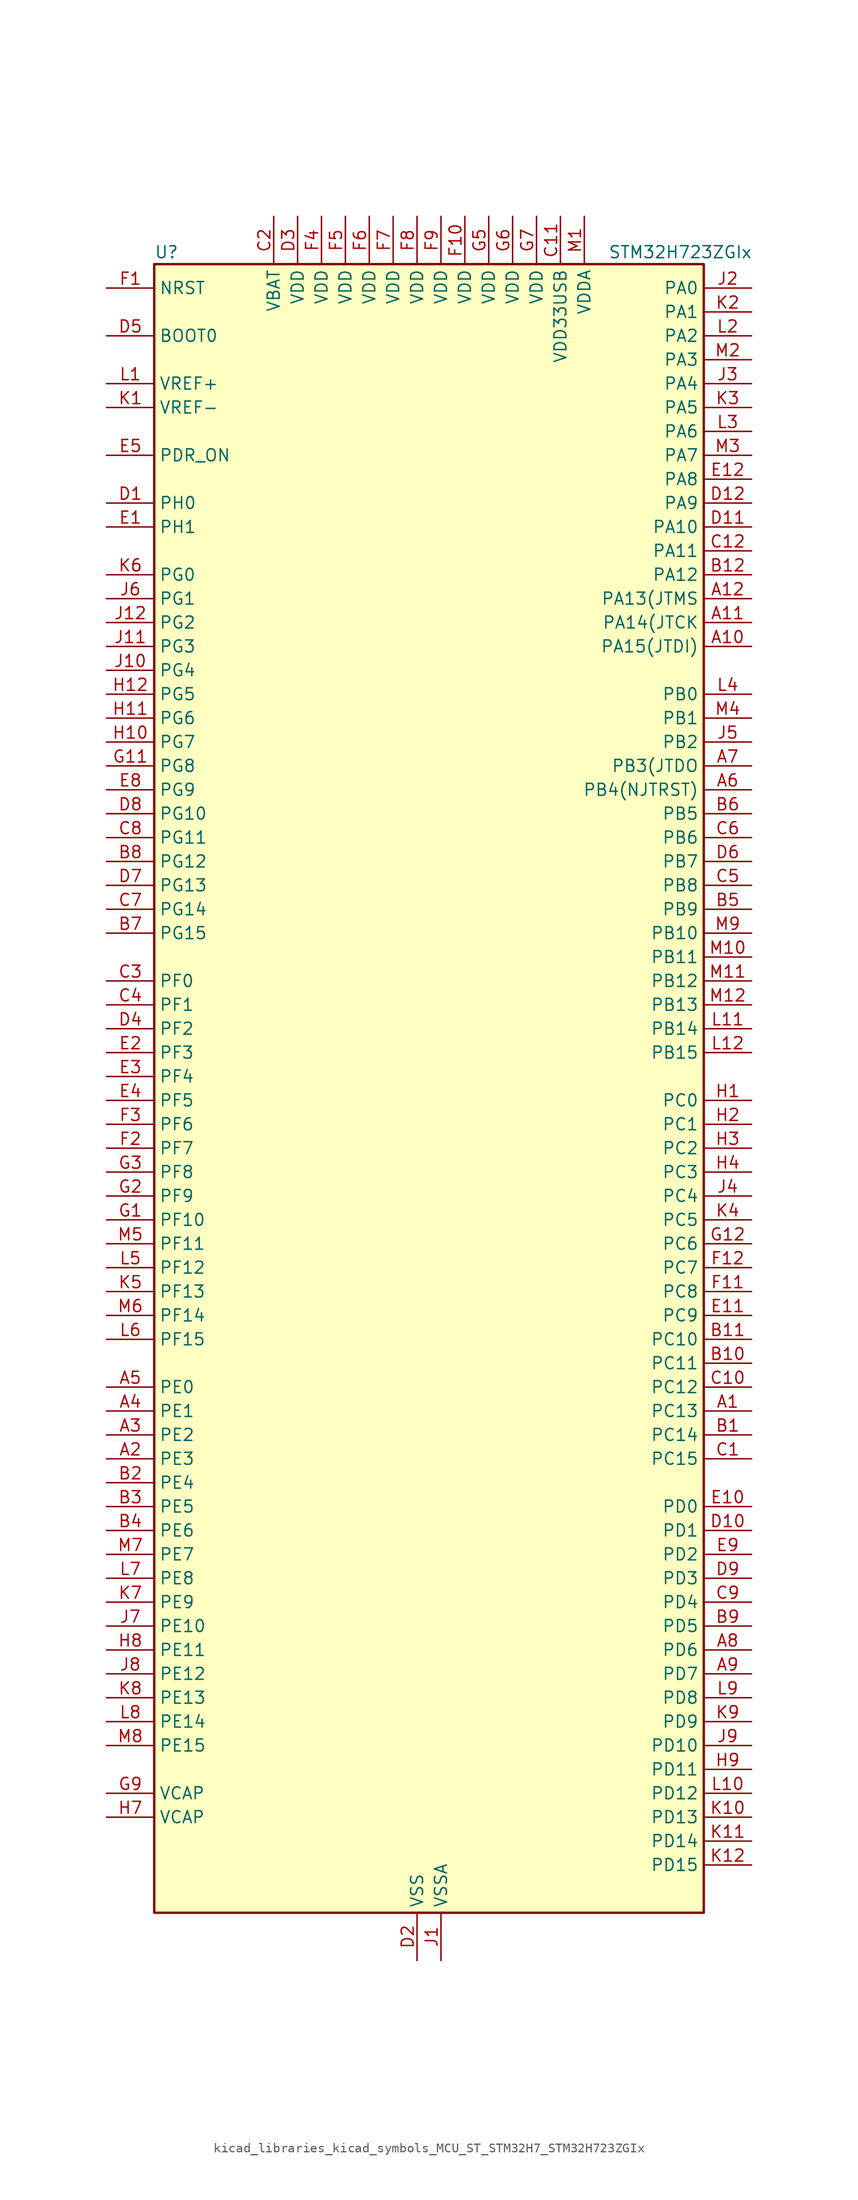
<source format=kicad_sym>
(kicad_symbol_lib
  (version 20220914)
  (generator kicad_symbol_editor)
  (symbol "kicad_libraries_kicad_symbols_MCU_ST_STM32H7_STM32H723ZGIx"
    (property "Reference" "U"
      (at -27.94 90.17 0)
      (effects (font (size 1.27 1.27)) (justify left)))
    (property "Value" "STM32H723ZGIx"
      (at 20.32 90.17 0)
      (effects (font (size 1.27 1.27)) (justify left)))
    (property "ki_locked" ""
      (at 0 0 0)
      (effects (font (size 1.27 1.27))))
    (symbol "kicad_libraries_kicad_symbols_MCU_ST_STM32H7_STM32H723ZGIx_0_1"
      (rectangle (start -27.94 -86.36) (end 30.48 88.9) (stroke (width 0.254) (type default)) (fill (type background))))
    (symbol "kicad_libraries_kicad_symbols_MCU_ST_STM32H7_STM32H723ZGIx_1_1"
      (pin bidirectional line (at 35.56 -33.02 180) (length 5.08) (name "PC13" (effects (font (size 1.27 1.27)))) (number "A1" (effects (font (size 1.27 1.27)))) (alternate "PWR_WKUP4" bidirectional line) (alternate "RTC_OUT_ALARM" bidirectional line) (alternate "RTC_OUT_CALIB" bidirectional line) (alternate "RTC_TAMP1" bidirectional line) (alternate "RTC_TS" bidirectional line))
      (pin bidirectional line (at 35.56 48.26 180) (length 5.08) (name "PA15(JTDI)" (effects (font (size 1.27 1.27)))) (number "A10" (effects (font (size 1.27 1.27)))) (alternate "ADC1_EXTI15" bidirectional line) (alternate "ADC2_EXTI15" bidirectional line) (alternate "ADC3_EXTI15" bidirectional line) (alternate "CEC" bidirectional line) (alternate "DEBUG_JTDI" bidirectional line) (alternate "I2S1_WS" bidirectional line) (alternate "I2S3_WS" bidirectional line) (alternate "I2S6_WS" bidirectional line) (alternate "LTDC_B6" bidirectional line) (alternate "LTDC_R3" bidirectional line) (alternate "SPI1_NSS" bidirectional line) (alternate "SPI3_NSS" bidirectional line) (alternate "SPI6_NSS" bidirectional line) (alternate "TIM2_CH1" bidirectional line) (alternate "TIM2_ETR" bidirectional line) (alternate "UART4_DE" bidirectional line) (alternate "UART4_RTS" bidirectional line) (alternate "UART7_TX" bidirectional line))
      (pin bidirectional line (at 35.56 50.8 180) (length 5.08) (name "PA14(JTCK" (effects (font (size 1.27 1.27)))) (number "A11" (effects (font (size 1.27 1.27)))) (alternate "DEBUG_JTCK-SWCLK" bidirectional line))
      (pin bidirectional line (at 35.56 53.34 180) (length 5.08) (name "PA13(JTMS" (effects (font (size 1.27 1.27)))) (number "A12" (effects (font (size 1.27 1.27)))) (alternate "DEBUG_JTMS-SWDIO" bidirectional line))
      (pin bidirectional line (at -33.02 -38.1 0) (length 5.08) (name "PE3" (effects (font (size 1.27 1.27)))) (number "A2" (effects (font (size 1.27 1.27)))) (alternate "DEBUG_TRACED0" bidirectional line) (alternate "FMC_A19" bidirectional line) (alternate "SAI1_SD_B" bidirectional line) (alternate "SAI4_SD_B" bidirectional line) (alternate "TIM15_BKIN" bidirectional line) (alternate "USART10_TX" bidirectional line))
      (pin bidirectional line (at -33.02 -35.56 0) (length 5.08) (name "PE2" (effects (font (size 1.27 1.27)))) (number "A3" (effects (font (size 1.27 1.27)))) (alternate "DEBUG_TRACECLK" bidirectional line) (alternate "ETH_TXD3" bidirectional line) (alternate "FMC_A23" bidirectional line) (alternate "OCTOSPIM_P1_IO2" bidirectional line) (alternate "SAI1_CK1" bidirectional line) (alternate "SAI1_MCLK_A" bidirectional line) (alternate "SAI4_CK1" bidirectional line) (alternate "SAI4_MCLK_A" bidirectional line) (alternate "SPI4_SCK" bidirectional line) (alternate "USART10_RX" bidirectional line))
      (pin bidirectional line (at -33.02 -33.02 0) (length 5.08) (name "PE1" (effects (font (size 1.27 1.27)))) (number "A4" (effects (font (size 1.27 1.27)))) (alternate "DCMI_D3" bidirectional line) (alternate "FMC_NBL1" bidirectional line) (alternate "LPTIM1_IN2" bidirectional line) (alternate "LTDC_R6" bidirectional line) (alternate "PSSI_D3" bidirectional line) (alternate "UART8_TX" bidirectional line))
      (pin bidirectional line (at -33.02 -30.48 0) (length 5.08) (name "PE0" (effects (font (size 1.27 1.27)))) (number "A5" (effects (font (size 1.27 1.27)))) (alternate "DCMI_D2" bidirectional line) (alternate "FMC_NBL0" bidirectional line) (alternate "LPTIM1_ETR" bidirectional line) (alternate "LPTIM2_ETR" bidirectional line) (alternate "LTDC_R0" bidirectional line) (alternate "PSSI_D2" bidirectional line) (alternate "SAI4_MCLK_A" bidirectional line) (alternate "TIM4_ETR" bidirectional line) (alternate "UART8_RX" bidirectional line))
      (pin bidirectional line (at 35.56 33.02 180) (length 5.08) (name "PB4(NJTRST)" (effects (font (size 1.27 1.27)))) (number "A6" (effects (font (size 1.27 1.27)))) (alternate "DEBUG_JTRST" bidirectional line) (alternate "I2S1_SDI" bidirectional line) (alternate "I2S2_WS" bidirectional line) (alternate "I2S3_SDI" bidirectional line) (alternate "I2S6_SDI" bidirectional line) (alternate "SDMMC2_D3" bidirectional line) (alternate "SPI1_MISO" bidirectional line) (alternate "SPI2_NSS" bidirectional line) (alternate "SPI3_MISO" bidirectional line) (alternate "SPI6_MISO" bidirectional line) (alternate "TIM16_BKIN" bidirectional line) (alternate "TIM3_CH1" bidirectional line) (alternate "UART7_TX" bidirectional line))
      (pin bidirectional line (at 35.56 35.56 180) (length 5.08) (name "PB3(JTDO" (effects (font (size 1.27 1.27)))) (number "A7" (effects (font (size 1.27 1.27)))) (alternate "CRS_SYNC" bidirectional line) (alternate "DEBUG_JTDO-SWO" bidirectional line) (alternate "I2S1_CK" bidirectional line) (alternate "I2S3_CK" bidirectional line) (alternate "I2S6_CK" bidirectional line) (alternate "SDMMC2_D2" bidirectional line) (alternate "SPI1_SCK" bidirectional line) (alternate "SPI3_SCK" bidirectional line) (alternate "SPI6_SCK" bidirectional line) (alternate "TIM24_ETR" bidirectional line) (alternate "TIM2_CH2" bidirectional line) (alternate "UART7_RX" bidirectional line))
      (pin bidirectional line (at 35.56 -58.42 180) (length 5.08) (name "PD6" (effects (font (size 1.27 1.27)))) (number "A8" (effects (font (size 1.27 1.27)))) (alternate "DCMI_D10" bidirectional line) (alternate "DFSDM1_CKIN4" bidirectional line) (alternate "DFSDM1_DATIN1" bidirectional line) (alternate "FMC_NWAIT" bidirectional line) (alternate "I2S3_SDO" bidirectional line) (alternate "LTDC_B2" bidirectional line) (alternate "OCTOSPIM_P1_IO6" bidirectional line) (alternate "PSSI_D10" bidirectional line) (alternate "SAI1_D1" bidirectional line) (alternate "SAI1_SD_A" bidirectional line) (alternate "SAI4_D1" bidirectional line) (alternate "SAI4_SD_A" bidirectional line) (alternate "SDMMC2_CK" bidirectional line) (alternate "SPI3_MOSI" bidirectional line) (alternate "USART2_RX" bidirectional line))
      (pin bidirectional line (at 35.56 -60.96 180) (length 5.08) (name "PD7" (effects (font (size 1.27 1.27)))) (number "A9" (effects (font (size 1.27 1.27)))) (alternate "DFSDM1_CKIN1" bidirectional line) (alternate "DFSDM1_DATIN4" bidirectional line) (alternate "FMC_NE1" bidirectional line) (alternate "I2S1_SDO" bidirectional line) (alternate "OCTOSPIM_P1_IO7" bidirectional line) (alternate "SDMMC2_CMD" bidirectional line) (alternate "SPDIFRX1_IN0" bidirectional line) (alternate "SPI1_MOSI" bidirectional line) (alternate "USART2_CK" bidirectional line))
      (pin bidirectional line (at 35.56 -35.56 180) (length 5.08) (name "PC14" (effects (font (size 1.27 1.27)))) (number "B1" (effects (font (size 1.27 1.27)))) (alternate "RCC_OSC32_IN" bidirectional line))
      (pin bidirectional line (at 35.56 -27.94 180) (length 5.08) (name "PC11" (effects (font (size 1.27 1.27)))) (number "B10" (effects (font (size 1.27 1.27)))) (alternate "ADC1_EXTI11" bidirectional line) (alternate "ADC2_EXTI11" bidirectional line) (alternate "ADC3_EXTI11" bidirectional line) (alternate "DCMI_D4" bidirectional line) (alternate "DFSDM1_DATIN5" bidirectional line) (alternate "I2C5_SCL" bidirectional line) (alternate "I2S3_SDI" bidirectional line) (alternate "LTDC_B4" bidirectional line) (alternate "OCTOSPIM_P1_NCS" bidirectional line) (alternate "PSSI_D4" bidirectional line) (alternate "SDMMC1_D3" bidirectional line) (alternate "SPI3_MISO" bidirectional line) (alternate "UART4_RX" bidirectional line) (alternate "USART3_RX" bidirectional line))
      (pin bidirectional line (at 35.56 -25.4 180) (length 5.08) (name "PC10" (effects (font (size 1.27 1.27)))) (number "B11" (effects (font (size 1.27 1.27)))) (alternate "DCMI_D8" bidirectional line) (alternate "DFSDM1_CKIN5" bidirectional line) (alternate "I2C5_SDA" bidirectional line) (alternate "I2S3_CK" bidirectional line) (alternate "LTDC_B1" bidirectional line) (alternate "LTDC_R2" bidirectional line) (alternate "OCTOSPIM_P1_IO1" bidirectional line) (alternate "PSSI_D8" bidirectional line) (alternate "SDMMC1_D2" bidirectional line) (alternate "SPI3_SCK" bidirectional line) (alternate "SWPMI1_RX" bidirectional line) (alternate "UART4_TX" bidirectional line) (alternate "USART3_TX" bidirectional line))
      (pin bidirectional line (at 35.56 55.88 180) (length 5.08) (name "PA12" (effects (font (size 1.27 1.27)))) (number "B12" (effects (font (size 1.27 1.27)))) (alternate "FDCAN1_TX" bidirectional line) (alternate "I2S2_CK" bidirectional line) (alternate "LPUART1_DE" bidirectional line) (alternate "LPUART1_RTS" bidirectional line) (alternate "LTDC_R5" bidirectional line) (alternate "SAI4_FS_B" bidirectional line) (alternate "SPI2_SCK" bidirectional line) (alternate "TIM1_BKIN2" bidirectional line) (alternate "TIM1_ETR" bidirectional line) (alternate "UART4_TX" bidirectional line) (alternate "USART1_DE" bidirectional line) (alternate "USART1_RTS" bidirectional line) (alternate "USB_OTG_HS_DP" bidirectional line))
      (pin bidirectional line (at -33.02 -40.64 0) (length 5.08) (name "PE4" (effects (font (size 1.27 1.27)))) (number "B2" (effects (font (size 1.27 1.27)))) (alternate "DCMI_D4" bidirectional line) (alternate "DEBUG_TRACED1" bidirectional line) (alternate "DFSDM1_DATIN3" bidirectional line) (alternate "FMC_A20" bidirectional line) (alternate "LTDC_B0" bidirectional line) (alternate "PSSI_D4" bidirectional line) (alternate "SAI1_D2" bidirectional line) (alternate "SAI1_FS_A" bidirectional line) (alternate "SAI4_D2" bidirectional line) (alternate "SAI4_FS_A" bidirectional line) (alternate "SPI4_NSS" bidirectional line) (alternate "TIM15_CH1N" bidirectional line))
      (pin bidirectional line (at -33.02 -43.18 0) (length 5.08) (name "PE5" (effects (font (size 1.27 1.27)))) (number "B3" (effects (font (size 1.27 1.27)))) (alternate "DCMI_D6" bidirectional line) (alternate "DEBUG_TRACED2" bidirectional line) (alternate "DFSDM1_CKIN3" bidirectional line) (alternate "FMC_A21" bidirectional line) (alternate "LTDC_G0" bidirectional line) (alternate "PSSI_D6" bidirectional line) (alternate "SAI1_CK2" bidirectional line) (alternate "SAI1_SCK_A" bidirectional line) (alternate "SAI4_CK2" bidirectional line) (alternate "SAI4_SCK_A" bidirectional line) (alternate "SPI4_MISO" bidirectional line) (alternate "TIM15_CH1" bidirectional line))
      (pin bidirectional line (at -33.02 -45.72 0) (length 5.08) (name "PE6" (effects (font (size 1.27 1.27)))) (number "B4" (effects (font (size 1.27 1.27)))) (alternate "DCMI_D7" bidirectional line) (alternate "DEBUG_TRACED3" bidirectional line) (alternate "FMC_A22" bidirectional line) (alternate "LTDC_G1" bidirectional line) (alternate "PSSI_D7" bidirectional line) (alternate "SAI1_D1" bidirectional line) (alternate "SAI1_SD_A" bidirectional line) (alternate "SAI4_D1" bidirectional line) (alternate "SAI4_MCLK_B" bidirectional line) (alternate "SAI4_SD_A" bidirectional line) (alternate "SPI4_MOSI" bidirectional line) (alternate "TIM15_CH2" bidirectional line) (alternate "TIM1_BKIN2" bidirectional line) (alternate "TIM1_BKIN2_COMP1" bidirectional line) (alternate "TIM1_BKIN2_COMP2" bidirectional line))
      (pin bidirectional line (at 35.56 20.32 180) (length 5.08) (name "PB9" (effects (font (size 1.27 1.27)))) (number "B5" (effects (font (size 1.27 1.27)))) (alternate "DAC1_EXTI9" bidirectional line) (alternate "DCMI_D7" bidirectional line) (alternate "DFSDM1_DATIN7" bidirectional line) (alternate "FDCAN1_TX" bidirectional line) (alternate "I2C1_SDA" bidirectional line) (alternate "I2C4_SDA" bidirectional line) (alternate "I2C4_SMBA" bidirectional line) (alternate "I2S2_WS" bidirectional line) (alternate "LTDC_B7" bidirectional line) (alternate "PSSI_D7" bidirectional line) (alternate "SDMMC1_CDIR" bidirectional line) (alternate "SDMMC1_D5" bidirectional line) (alternate "SDMMC2_D5" bidirectional line) (alternate "SPI2_NSS" bidirectional line) (alternate "TIM17_CH1" bidirectional line) (alternate "TIM4_CH4" bidirectional line) (alternate "UART4_TX" bidirectional line))
      (pin bidirectional line (at 35.56 30.48 180) (length 5.08) (name "PB5" (effects (font (size 1.27 1.27)))) (number "B6" (effects (font (size 1.27 1.27)))) (alternate "DCMI_D10" bidirectional line) (alternate "ETH_PPS_OUT" bidirectional line) (alternate "FDCAN2_RX" bidirectional line) (alternate "FMC_SDCKE1" bidirectional line) (alternate "I2C1_SMBA" bidirectional line) (alternate "I2C4_SMBA" bidirectional line) (alternate "I2S1_SDO" bidirectional line) (alternate "I2S3_SDO" bidirectional line) (alternate "I2S6_SDO" bidirectional line) (alternate "LTDC_B5" bidirectional line) (alternate "PSSI_D10" bidirectional line) (alternate "SPI1_MOSI" bidirectional line) (alternate "SPI3_MOSI" bidirectional line) (alternate "SPI6_MOSI" bidirectional line) (alternate "TIM17_BKIN" bidirectional line) (alternate "TIM3_CH2" bidirectional line) (alternate "UART5_RX" bidirectional line) (alternate "USB_OTG_HS_ULPI_D7" bidirectional line))
      (pin bidirectional line (at -33.02 17.78 0) (length 5.08) (name "PG15" (effects (font (size 1.27 1.27)))) (number "B7" (effects (font (size 1.27 1.27)))) (alternate "ADC1_EXTI15" bidirectional line) (alternate "ADC2_EXTI15" bidirectional line) (alternate "ADC3_EXTI15" bidirectional line) (alternate "DCMI_D13" bidirectional line) (alternate "FMC_SDNCAS" bidirectional line) (alternate "OCTOSPIM_P2_DQS" bidirectional line) (alternate "PSSI_D13" bidirectional line) (alternate "USART10_CK" bidirectional line) (alternate "USART6_CTS" bidirectional line) (alternate "USART6_NSS" bidirectional line))
      (pin bidirectional line (at -33.02 25.4 0) (length 5.08) (name "PG12" (effects (font (size 1.27 1.27)))) (number "B8" (effects (font (size 1.27 1.27)))) (alternate "ETH_TXD1" bidirectional line) (alternate "FMC_NE4" bidirectional line) (alternate "I2S6_SDI" bidirectional line) (alternate "LPTIM1_IN1" bidirectional line) (alternate "LTDC_B1" bidirectional line) (alternate "LTDC_B4" bidirectional line) (alternate "OCTOSPIM_P2_NCS" bidirectional line) (alternate "SDMMC2_D3" bidirectional line) (alternate "SPDIFRX1_IN1" bidirectional line) (alternate "SPI6_MISO" bidirectional line) (alternate "TIM23_CH1" bidirectional line) (alternate "USART10_TX" bidirectional line) (alternate "USART6_DE" bidirectional line) (alternate "USART6_RTS" bidirectional line))
      (pin bidirectional line (at 35.56 -55.88 180) (length 5.08) (name "PD5" (effects (font (size 1.27 1.27)))) (number "B9" (effects (font (size 1.27 1.27)))) (alternate "FMC_NWE" bidirectional line) (alternate "OCTOSPIM_P1_IO5" bidirectional line) (alternate "USART2_TX" bidirectional line))
      (pin bidirectional line (at 35.56 -38.1 180) (length 5.08) (name "PC15" (effects (font (size 1.27 1.27)))) (number "C1" (effects (font (size 1.27 1.27)))) (alternate "ADC1_EXTI15" bidirectional line) (alternate "ADC2_EXTI15" bidirectional line) (alternate "ADC3_EXTI15" bidirectional line) (alternate "RCC_OSC32_OUT" bidirectional line))
      (pin bidirectional line (at 35.56 -30.48 180) (length 5.08) (name "PC12" (effects (font (size 1.27 1.27)))) (number "C10" (effects (font (size 1.27 1.27)))) (alternate "DCMI_D9" bidirectional line) (alternate "DEBUG_TRACED3" bidirectional line) (alternate "FMC_D6" bidirectional line) (alternate "FMC_DA6" bidirectional line) (alternate "I2C5_SMBA" bidirectional line) (alternate "I2S3_SDO" bidirectional line) (alternate "I2S6_CK" bidirectional line) (alternate "LTDC_R6" bidirectional line) (alternate "PSSI_D9" bidirectional line) (alternate "SDMMC1_CK" bidirectional line) (alternate "SPI3_MOSI" bidirectional line) (alternate "SPI6_SCK" bidirectional line) (alternate "TIM15_CH1" bidirectional line) (alternate "UART5_TX" bidirectional line) (alternate "USART3_CK" bidirectional line))
      (pin power_in line (at 15.24 93.98 270) (length 5.08) (name "VDD33USB" (effects (font (size 1.27 1.27)))) (number "C11" (effects (font (size 1.27 1.27)))))
      (pin bidirectional line (at 35.56 58.42 180) (length 5.08) (name "PA11" (effects (font (size 1.27 1.27)))) (number "C12" (effects (font (size 1.27 1.27)))) (alternate "ADC1_EXTI11" bidirectional line) (alternate "ADC2_EXTI11" bidirectional line) (alternate "ADC3_EXTI11" bidirectional line) (alternate "FDCAN1_RX" bidirectional line) (alternate "I2S2_WS" bidirectional line) (alternate "LPUART1_CTS" bidirectional line) (alternate "LTDC_R4" bidirectional line) (alternate "SPI2_NSS" bidirectional line) (alternate "TIM1_CH4" bidirectional line) (alternate "UART4_RX" bidirectional line) (alternate "USART1_CTS" bidirectional line) (alternate "USART1_NSS" bidirectional line) (alternate "USB_OTG_HS_DM" bidirectional line))
      (pin power_in line (at -15.24 93.98 270) (length 5.08) (name "VBAT" (effects (font (size 1.27 1.27)))) (number "C2" (effects (font (size 1.27 1.27)))))
      (pin bidirectional line (at -33.02 12.7 0) (length 5.08) (name "PF0" (effects (font (size 1.27 1.27)))) (number "C3" (effects (font (size 1.27 1.27)))) (alternate "FMC_A0" bidirectional line) (alternate "I2C2_SDA" bidirectional line) (alternate "I2C5_SDA" bidirectional line) (alternate "OCTOSPIM_P2_IO0" bidirectional line) (alternate "TIM23_CH1" bidirectional line))
      (pin bidirectional line (at -33.02 10.16 0) (length 5.08) (name "PF1" (effects (font (size 1.27 1.27)))) (number "C4" (effects (font (size 1.27 1.27)))) (alternate "FMC_A1" bidirectional line) (alternate "I2C2_SCL" bidirectional line) (alternate "I2C5_SCL" bidirectional line) (alternate "OCTOSPIM_P2_IO1" bidirectional line) (alternate "TIM23_CH2" bidirectional line))
      (pin bidirectional line (at 35.56 22.86 180) (length 5.08) (name "PB8" (effects (font (size 1.27 1.27)))) (number "C5" (effects (font (size 1.27 1.27)))) (alternate "DCMI_D6" bidirectional line) (alternate "DFSDM1_CKIN7" bidirectional line) (alternate "ETH_TXD3" bidirectional line) (alternate "FDCAN1_RX" bidirectional line) (alternate "I2C1_SCL" bidirectional line) (alternate "I2C4_SCL" bidirectional line) (alternate "LTDC_B6" bidirectional line) (alternate "PSSI_D6" bidirectional line) (alternate "SDMMC1_CKIN" bidirectional line) (alternate "SDMMC1_D4" bidirectional line) (alternate "SDMMC2_D4" bidirectional line) (alternate "TIM16_CH1" bidirectional line) (alternate "TIM4_CH3" bidirectional line) (alternate "UART4_RX" bidirectional line))
      (pin bidirectional line (at 35.56 27.94 180) (length 5.08) (name "PB6" (effects (font (size 1.27 1.27)))) (number "C6" (effects (font (size 1.27 1.27)))) (alternate "CEC" bidirectional line) (alternate "DCMI_D5" bidirectional line) (alternate "DFSDM1_DATIN5" bidirectional line) (alternate "FDCAN2_TX" bidirectional line) (alternate "FMC_SDNE1" bidirectional line) (alternate "I2C1_SCL" bidirectional line) (alternate "I2C4_SCL" bidirectional line) (alternate "LPUART1_TX" bidirectional line) (alternate "OCTOSPIM_P1_NCS" bidirectional line) (alternate "PSSI_D5" bidirectional line) (alternate "TIM16_CH1N" bidirectional line) (alternate "TIM4_CH1" bidirectional line) (alternate "UART5_TX" bidirectional line) (alternate "USART1_TX" bidirectional line))
      (pin bidirectional line (at -33.02 20.32 0) (length 5.08) (name "PG14" (effects (font (size 1.27 1.27)))) (number "C7" (effects (font (size 1.27 1.27)))) (alternate "DEBUG_TRACED1" bidirectional line) (alternate "ETH_TXD1" bidirectional line) (alternate "FMC_A25" bidirectional line) (alternate "I2S6_SDO" bidirectional line) (alternate "LPTIM1_ETR" bidirectional line) (alternate "LTDC_B0" bidirectional line) (alternate "OCTOSPIM_P1_IO7" bidirectional line) (alternate "SDMMC2_D7" bidirectional line) (alternate "SPI6_MOSI" bidirectional line) (alternate "TIM23_CH3" bidirectional line) (alternate "USART10_DE" bidirectional line) (alternate "USART10_RTS" bidirectional line) (alternate "USART6_TX" bidirectional line))
      (pin bidirectional line (at -33.02 27.94 0) (length 5.08) (name "PG11" (effects (font (size 1.27 1.27)))) (number "C8" (effects (font (size 1.27 1.27)))) (alternate "ADC1_EXTI11" bidirectional line) (alternate "ADC2_EXTI11" bidirectional line) (alternate "ADC3_EXTI11" bidirectional line) (alternate "DCMI_D3" bidirectional line) (alternate "ETH_TX_EN" bidirectional line) (alternate "I2S1_CK" bidirectional line) (alternate "LPTIM1_IN2" bidirectional line) (alternate "LTDC_B3" bidirectional line) (alternate "OCTOSPIM_P2_IO7" bidirectional line) (alternate "PSSI_D3" bidirectional line) (alternate "SDMMC2_D2" bidirectional line) (alternate "SPDIFRX1_IN0" bidirectional line) (alternate "SPI1_SCK" bidirectional line) (alternate "USART10_RX" bidirectional line))
      (pin bidirectional line (at 35.56 -53.34 180) (length 5.08) (name "PD4" (effects (font (size 1.27 1.27)))) (number "C9" (effects (font (size 1.27 1.27)))) (alternate "FMC_NOE" bidirectional line) (alternate "OCTOSPIM_P1_IO4" bidirectional line) (alternate "USART2_DE" bidirectional line) (alternate "USART2_RTS" bidirectional line))
      (pin bidirectional line (at -33.02 63.5 0) (length 5.08) (name "PH0" (effects (font (size 1.27 1.27)))) (number "D1" (effects (font (size 1.27 1.27)))) (alternate "RCC_OSC_IN" bidirectional line))
      (pin bidirectional line (at 35.56 -45.72 180) (length 5.08) (name "PD1" (effects (font (size 1.27 1.27)))) (number "D10" (effects (font (size 1.27 1.27)))) (alternate "DFSDM1_DATIN6" bidirectional line) (alternate "FDCAN1_TX" bidirectional line) (alternate "FMC_D3" bidirectional line) (alternate "FMC_DA3" bidirectional line) (alternate "UART4_TX" bidirectional line))
      (pin bidirectional line (at 35.56 60.96 180) (length 5.08) (name "PA10" (effects (font (size 1.27 1.27)))) (number "D11" (effects (font (size 1.27 1.27)))) (alternate "DCMI_D1" bidirectional line) (alternate "LPUART1_RX" bidirectional line) (alternate "LTDC_B1" bidirectional line) (alternate "LTDC_B4" bidirectional line) (alternate "MDIOS_MDIO" bidirectional line) (alternate "PSSI_D1" bidirectional line) (alternate "TIM1_CH3" bidirectional line) (alternate "USART1_RX" bidirectional line) (alternate "USB_OTG_HS_ID" bidirectional line))
      (pin bidirectional line (at 35.56 63.5 180) (length 5.08) (name "PA9" (effects (font (size 1.27 1.27)))) (number "D12" (effects (font (size 1.27 1.27)))) (alternate "DAC1_EXTI9" bidirectional line) (alternate "DCMI_D0" bidirectional line) (alternate "ETH_TX_ER" bidirectional line) (alternate "I2C3_SMBA" bidirectional line) (alternate "I2C5_SMBA" bidirectional line) (alternate "I2S2_CK" bidirectional line) (alternate "LPUART1_TX" bidirectional line) (alternate "LTDC_R5" bidirectional line) (alternate "PSSI_D0" bidirectional line) (alternate "SPI2_SCK" bidirectional line) (alternate "TIM1_CH2" bidirectional line) (alternate "USART1_TX" bidirectional line) (alternate "USB_OTG_HS_VBUS" bidirectional line))
      (pin power_in line (at 0 -91.44 90) (length 5.08) (name "VSS" (effects (font (size 1.27 1.27)))) (number "D2" (effects (font (size 1.27 1.27)))))
      (pin power_in line (at -12.7 93.98 270) (length 5.08) (name "VDD" (effects (font (size 1.27 1.27)))) (number "D3" (effects (font (size 1.27 1.27)))))
      (pin bidirectional line (at -33.02 7.62 0) (length 5.08) (name "PF2" (effects (font (size 1.27 1.27)))) (number "D4" (effects (font (size 1.27 1.27)))) (alternate "FMC_A2" bidirectional line) (alternate "I2C2_SMBA" bidirectional line) (alternate "I2C5_SMBA" bidirectional line) (alternate "OCTOSPIM_P2_IO2" bidirectional line) (alternate "TIM23_CH3" bidirectional line))
      (pin input line (at -33.02 81.28 0) (length 5.08) (name "BOOT0" (effects (font (size 1.27 1.27)))) (number "D5" (effects (font (size 1.27 1.27)))))
      (pin bidirectional line (at 35.56 25.4 180) (length 5.08) (name "PB7" (effects (font (size 1.27 1.27)))) (number "D6" (effects (font (size 1.27 1.27)))) (alternate "DCMI_VSYNC" bidirectional line) (alternate "DFSDM1_CKIN5" bidirectional line) (alternate "FMC_NL" bidirectional line) (alternate "I2C1_SDA" bidirectional line) (alternate "I2C4_SDA" bidirectional line) (alternate "LPUART1_RX" bidirectional line) (alternate "PSSI_RDY" bidirectional line) (alternate "PWR_PVD_IN" bidirectional line) (alternate "TIM17_CH1N" bidirectional line) (alternate "TIM4_CH2" bidirectional line) (alternate "USART1_RX" bidirectional line))
      (pin bidirectional line (at -33.02 22.86 0) (length 5.08) (name "PG13" (effects (font (size 1.27 1.27)))) (number "D7" (effects (font (size 1.27 1.27)))) (alternate "DEBUG_TRACED0" bidirectional line) (alternate "ETH_TXD0" bidirectional line) (alternate "FMC_A24" bidirectional line) (alternate "I2S6_CK" bidirectional line) (alternate "LPTIM1_OUT" bidirectional line) (alternate "LTDC_R0" bidirectional line) (alternate "SDMMC2_D6" bidirectional line) (alternate "SPI6_SCK" bidirectional line) (alternate "TIM23_CH2" bidirectional line) (alternate "USART10_CTS" bidirectional line) (alternate "USART10_NSS" bidirectional line) (alternate "USART6_CTS" bidirectional line) (alternate "USART6_NSS" bidirectional line))
      (pin bidirectional line (at -33.02 30.48 0) (length 5.08) (name "PG10" (effects (font (size 1.27 1.27)))) (number "D8" (effects (font (size 1.27 1.27)))) (alternate "DCMI_D2" bidirectional line) (alternate "FDCAN3_RX" bidirectional line) (alternate "FMC_NE3" bidirectional line) (alternate "I2S1_WS" bidirectional line) (alternate "LTDC_B2" bidirectional line) (alternate "LTDC_G3" bidirectional line) (alternate "OCTOSPIM_P2_IO6" bidirectional line) (alternate "PSSI_D2" bidirectional line) (alternate "SAI4_SD_B" bidirectional line) (alternate "SDMMC2_D1" bidirectional line) (alternate "SPI1_NSS" bidirectional line))
      (pin bidirectional line (at 35.56 -50.8 180) (length 5.08) (name "PD3" (effects (font (size 1.27 1.27)))) (number "D9" (effects (font (size 1.27 1.27)))) (alternate "DCMI_D5" bidirectional line) (alternate "DFSDM1_CKOUT" bidirectional line) (alternate "FMC_CLK" bidirectional line) (alternate "I2S2_CK" bidirectional line) (alternate "LTDC_G7" bidirectional line) (alternate "PSSI_D5" bidirectional line) (alternate "SPI2_SCK" bidirectional line) (alternate "USART2_CTS" bidirectional line) (alternate "USART2_NSS" bidirectional line))
      (pin bidirectional line (at -33.02 60.96 0) (length 5.08) (name "PH1" (effects (font (size 1.27 1.27)))) (number "E1" (effects (font (size 1.27 1.27)))) (alternate "RCC_OSC_OUT" bidirectional line))
      (pin bidirectional line (at 35.56 -43.18 180) (length 5.08) (name "PD0" (effects (font (size 1.27 1.27)))) (number "E10" (effects (font (size 1.27 1.27)))) (alternate "DFSDM1_CKIN6" bidirectional line) (alternate "FDCAN1_RX" bidirectional line) (alternate "FMC_D2" bidirectional line) (alternate "FMC_DA2" bidirectional line) (alternate "LTDC_B1" bidirectional line) (alternate "UART4_RX" bidirectional line) (alternate "UART9_CTS" bidirectional line))
      (pin bidirectional line (at 35.56 -22.86 180) (length 5.08) (name "PC9" (effects (font (size 1.27 1.27)))) (number "E11" (effects (font (size 1.27 1.27)))) (alternate "DAC1_EXTI9" bidirectional line) (alternate "DCMI_D3" bidirectional line) (alternate "I2C3_SDA" bidirectional line) (alternate "I2C5_SDA" bidirectional line) (alternate "I2S_CKIN" bidirectional line) (alternate "LTDC_B2" bidirectional line) (alternate "LTDC_G3" bidirectional line) (alternate "OCTOSPIM_P1_IO0" bidirectional line) (alternate "PSSI_D3" bidirectional line) (alternate "RCC_MCO_2" bidirectional line) (alternate "SDMMC1_D1" bidirectional line) (alternate "SWPMI1_SUSPEND" bidirectional line) (alternate "TIM3_CH4" bidirectional line) (alternate "TIM8_CH4" bidirectional line) (alternate "UART5_CTS" bidirectional line))
      (pin bidirectional line (at 35.56 66.04 180) (length 5.08) (name "PA8" (effects (font (size 1.27 1.27)))) (number "E12" (effects (font (size 1.27 1.27)))) (alternate "I2C3_SCL" bidirectional line) (alternate "I2C5_SCL" bidirectional line) (alternate "LTDC_B3" bidirectional line) (alternate "LTDC_R6" bidirectional line) (alternate "RCC_MCO_1" bidirectional line) (alternate "TIM1_CH1" bidirectional line) (alternate "TIM8_BKIN2" bidirectional line) (alternate "TIM8_BKIN2_COMP1" bidirectional line) (alternate "TIM8_BKIN2_COMP2" bidirectional line) (alternate "UART7_RX" bidirectional line) (alternate "USART1_CK" bidirectional line) (alternate "USB_OTG_HS_SOF" bidirectional line))
      (pin bidirectional line (at -33.02 5.08 0) (length 5.08) (name "PF3" (effects (font (size 1.27 1.27)))) (number "E2" (effects (font (size 1.27 1.27)))) (alternate "ADC3_INP5" bidirectional line) (alternate "FMC_A3" bidirectional line) (alternate "OCTOSPIM_P2_IO3" bidirectional line) (alternate "TIM23_CH4" bidirectional line))
      (pin bidirectional line (at -33.02 2.54 0) (length 5.08) (name "PF4" (effects (font (size 1.27 1.27)))) (number "E3" (effects (font (size 1.27 1.27)))) (alternate "ADC3_INN5" bidirectional line) (alternate "ADC3_INP9" bidirectional line) (alternate "FMC_A4" bidirectional line) (alternate "OCTOSPIM_P2_CLK" bidirectional line))
      (pin bidirectional line (at -33.02 0 0) (length 5.08) (name "PF5" (effects (font (size 1.27 1.27)))) (number "E4" (effects (font (size 1.27 1.27)))) (alternate "ADC3_INP4" bidirectional line) (alternate "FMC_A5" bidirectional line) (alternate "OCTOSPIM_P2_NCLK" bidirectional line))
      (pin input line (at -33.02 68.58 0) (length 5.08) (name "PDR_ON" (effects (font (size 1.27 1.27)))) (number "E5" (effects (font (size 1.27 1.27)))))
      (pin passive line (at 0 -91.44 90) (length 5.08) hide (name "VSS" (effects (font (size 1.27 1.27)))) (number "E6" (effects (font (size 1.27 1.27)))))
      (pin passive line (at 0 -91.44 90) (length 5.08) hide (name "VSS" (effects (font (size 1.27 1.27)))) (number "E7" (effects (font (size 1.27 1.27)))))
      (pin bidirectional line (at -33.02 33.02 0) (length 5.08) (name "PG9" (effects (font (size 1.27 1.27)))) (number "E8" (effects (font (size 1.27 1.27)))) (alternate "DAC1_EXTI9" bidirectional line) (alternate "DCMI_VSYNC" bidirectional line) (alternate "FDCAN3_TX" bidirectional line) (alternate "FMC_NCE" bidirectional line) (alternate "FMC_NE2" bidirectional line) (alternate "I2S1_SDI" bidirectional line) (alternate "OCTOSPIM_P1_IO6" bidirectional line) (alternate "PSSI_RDY" bidirectional line) (alternate "SAI4_FS_B" bidirectional line) (alternate "SDMMC2_D0" bidirectional line) (alternate "SPDIFRX1_IN3" bidirectional line) (alternate "SPI1_MISO" bidirectional line) (alternate "USART6_RX" bidirectional line))
      (pin bidirectional line (at 35.56 -48.26 180) (length 5.08) (name "PD2" (effects (font (size 1.27 1.27)))) (number "E9" (effects (font (size 1.27 1.27)))) (alternate "DCMI_D11" bidirectional line) (alternate "DEBUG_TRACED2" bidirectional line) (alternate "FMC_D7" bidirectional line) (alternate "FMC_DA7" bidirectional line) (alternate "LTDC_B2" bidirectional line) (alternate "LTDC_B7" bidirectional line) (alternate "PSSI_D11" bidirectional line) (alternate "SDMMC1_CMD" bidirectional line) (alternate "TIM15_BKIN" bidirectional line) (alternate "TIM3_ETR" bidirectional line) (alternate "UART5_RX" bidirectional line))
      (pin input line (at -33.02 86.36 0) (length 5.08) (name "NRST" (effects (font (size 1.27 1.27)))) (number "F1" (effects (font (size 1.27 1.27)))))
      (pin power_in line (at 5.08 93.98 270) (length 5.08) (name "VDD" (effects (font (size 1.27 1.27)))) (number "F10" (effects (font (size 1.27 1.27)))))
      (pin bidirectional line (at 35.56 -20.32 180) (length 5.08) (name "PC8" (effects (font (size 1.27 1.27)))) (number "F11" (effects (font (size 1.27 1.27)))) (alternate "DCMI_D2" bidirectional line) (alternate "DEBUG_TRACED1" bidirectional line) (alternate "FMC_INT" bidirectional line) (alternate "FMC_NCE" bidirectional line) (alternate "FMC_NE2" bidirectional line) (alternate "PSSI_D2" bidirectional line) (alternate "SDMMC1_D0" bidirectional line) (alternate "SWPMI1_RX" bidirectional line) (alternate "TIM3_CH3" bidirectional line) (alternate "TIM8_CH3" bidirectional line) (alternate "UART5_DE" bidirectional line) (alternate "UART5_RTS" bidirectional line) (alternate "USART6_CK" bidirectional line))
      (pin bidirectional line (at 35.56 -17.78 180) (length 5.08) (name "PC7" (effects (font (size 1.27 1.27)))) (number "F12" (effects (font (size 1.27 1.27)))) (alternate "DCMI_D1" bidirectional line) (alternate "DEBUG_TRGIO" bidirectional line) (alternate "DFSDM1_DATIN3" bidirectional line) (alternate "FMC_NE1" bidirectional line) (alternate "I2S3_MCK" bidirectional line) (alternate "LTDC_G6" bidirectional line) (alternate "PSSI_D1" bidirectional line) (alternate "SDMMC1_D123DIR" bidirectional line) (alternate "SDMMC1_D7" bidirectional line) (alternate "SDMMC2_D7" bidirectional line) (alternate "SWPMI1_TX" bidirectional line) (alternate "TIM3_CH2" bidirectional line) (alternate "TIM8_CH2" bidirectional line) (alternate "USART6_RX" bidirectional line))
      (pin bidirectional line (at -33.02 -5.08 0) (length 5.08) (name "PF7" (effects (font (size 1.27 1.27)))) (number "F2" (effects (font (size 1.27 1.27)))) (alternate "ADC3_INP3" bidirectional line) (alternate "FDCAN3_TX" bidirectional line) (alternate "OCTOSPIM_P1_IO2" bidirectional line) (alternate "SAI1_MCLK_B" bidirectional line) (alternate "SAI4_MCLK_B" bidirectional line) (alternate "SPI5_SCK" bidirectional line) (alternate "TIM17_CH1" bidirectional line) (alternate "TIM23_CH2" bidirectional line) (alternate "UART7_TX" bidirectional line))
      (pin bidirectional line (at -33.02 -2.54 0) (length 5.08) (name "PF6" (effects (font (size 1.27 1.27)))) (number "F3" (effects (font (size 1.27 1.27)))) (alternate "ADC3_INN4" bidirectional line) (alternate "ADC3_INP8" bidirectional line) (alternate "FDCAN3_RX" bidirectional line) (alternate "OCTOSPIM_P1_IO3" bidirectional line) (alternate "SAI1_SD_B" bidirectional line) (alternate "SAI4_SD_B" bidirectional line) (alternate "SPI5_NSS" bidirectional line) (alternate "TIM16_CH1" bidirectional line) (alternate "TIM23_CH1" bidirectional line) (alternate "UART7_RX" bidirectional line))
      (pin power_in line (at -10.16 93.98 270) (length 5.08) (name "VDD" (effects (font (size 1.27 1.27)))) (number "F4" (effects (font (size 1.27 1.27)))))
      (pin power_in line (at -7.62 93.98 270) (length 5.08) (name "VDD" (effects (font (size 1.27 1.27)))) (number "F5" (effects (font (size 1.27 1.27)))))
      (pin power_in line (at -5.08 93.98 270) (length 5.08) (name "VDD" (effects (font (size 1.27 1.27)))) (number "F6" (effects (font (size 1.27 1.27)))))
      (pin power_in line (at -2.54 93.98 270) (length 5.08) (name "VDD" (effects (font (size 1.27 1.27)))) (number "F7" (effects (font (size 1.27 1.27)))))
      (pin power_in line (at 0 93.98 270) (length 5.08) (name "VDD" (effects (font (size 1.27 1.27)))) (number "F8" (effects (font (size 1.27 1.27)))))
      (pin power_in line (at 2.54 93.98 270) (length 5.08) (name "VDD" (effects (font (size 1.27 1.27)))) (number "F9" (effects (font (size 1.27 1.27)))))
      (pin bidirectional line (at -33.02 -12.7 0) (length 5.08) (name "PF10" (effects (font (size 1.27 1.27)))) (number "G1" (effects (font (size 1.27 1.27)))) (alternate "ADC3_INN2" bidirectional line) (alternate "ADC3_INP6" bidirectional line) (alternate "DCMI_D11" bidirectional line) (alternate "LTDC_DE" bidirectional line) (alternate "OCTOSPIM_P1_CLK" bidirectional line) (alternate "PSSI_D11" bidirectional line) (alternate "PSSI_D15" bidirectional line) (alternate "SAI1_D3" bidirectional line) (alternate "SAI4_D3" bidirectional line) (alternate "TIM16_BKIN" bidirectional line))
      (pin passive line (at 0 -91.44 90) (length 5.08) hide (name "VSS" (effects (font (size 1.27 1.27)))) (number "G10" (effects (font (size 1.27 1.27)))))
      (pin bidirectional line (at -33.02 35.56 0) (length 5.08) (name "PG8" (effects (font (size 1.27 1.27)))) (number "G11" (effects (font (size 1.27 1.27)))) (alternate "ETH_PPS_OUT" bidirectional line) (alternate "FMC_SDCLK" bidirectional line) (alternate "I2S6_WS" bidirectional line) (alternate "LTDC_G7" bidirectional line) (alternate "SPDIFRX1_IN2" bidirectional line) (alternate "SPI6_NSS" bidirectional line) (alternate "TIM8_ETR" bidirectional line) (alternate "USART6_DE" bidirectional line) (alternate "USART6_RTS" bidirectional line))
      (pin bidirectional line (at 35.56 -15.24 180) (length 5.08) (name "PC6" (effects (font (size 1.27 1.27)))) (number "G12" (effects (font (size 1.27 1.27)))) (alternate "DCMI_D0" bidirectional line) (alternate "DFSDM1_CKIN3" bidirectional line) (alternate "FMC_NWAIT" bidirectional line) (alternate "I2S2_MCK" bidirectional line) (alternate "LTDC_HSYNC" bidirectional line) (alternate "PSSI_D0" bidirectional line) (alternate "SDMMC1_D0DIR" bidirectional line) (alternate "SDMMC1_D6" bidirectional line) (alternate "SDMMC2_D6" bidirectional line) (alternate "SWPMI1_IO" bidirectional line) (alternate "TIM3_CH1" bidirectional line) (alternate "TIM8_CH1" bidirectional line) (alternate "USART6_TX" bidirectional line))
      (pin bidirectional line (at -33.02 -10.16 0) (length 5.08) (name "PF9" (effects (font (size 1.27 1.27)))) (number "G2" (effects (font (size 1.27 1.27)))) (alternate "ADC3_INP2" bidirectional line) (alternate "DAC1_EXTI9" bidirectional line) (alternate "OCTOSPIM_P1_IO1" bidirectional line) (alternate "SAI1_FS_B" bidirectional line) (alternate "SAI4_FS_B" bidirectional line) (alternate "SPI5_MOSI" bidirectional line) (alternate "TIM14_CH1" bidirectional line) (alternate "TIM17_CH1N" bidirectional line) (alternate "TIM23_CH4" bidirectional line) (alternate "UART7_CTS" bidirectional line))
      (pin bidirectional line (at -33.02 -7.62 0) (length 5.08) (name "PF8" (effects (font (size 1.27 1.27)))) (number "G3" (effects (font (size 1.27 1.27)))) (alternate "ADC3_INN3" bidirectional line) (alternate "ADC3_INP7" bidirectional line) (alternate "OCTOSPIM_P1_IO0" bidirectional line) (alternate "SAI1_SCK_B" bidirectional line) (alternate "SAI4_SCK_B" bidirectional line) (alternate "SPI5_MISO" bidirectional line) (alternate "TIM13_CH1" bidirectional line) (alternate "TIM16_CH1N" bidirectional line) (alternate "TIM23_CH3" bidirectional line) (alternate "UART7_DE" bidirectional line) (alternate "UART7_RTS" bidirectional line))
      (pin passive line (at 0 -91.44 90) (length 5.08) hide (name "VSS" (effects (font (size 1.27 1.27)))) (number "G4" (effects (font (size 1.27 1.27)))))
      (pin power_in line (at 7.62 93.98 270) (length 5.08) (name "VDD" (effects (font (size 1.27 1.27)))) (number "G5" (effects (font (size 1.27 1.27)))))
      (pin power_in line (at 10.16 93.98 270) (length 5.08) (name "VDD" (effects (font (size 1.27 1.27)))) (number "G6" (effects (font (size 1.27 1.27)))))
      (pin power_in line (at 12.7 93.98 270) (length 5.08) (name "VDD" (effects (font (size 1.27 1.27)))) (number "G7" (effects (font (size 1.27 1.27)))))
      (pin passive line (at 0 -91.44 90) (length 5.08) hide (name "VSS" (effects (font (size 1.27 1.27)))) (number "G8" (effects (font (size 1.27 1.27)))))
      (pin power_out line (at -33.02 -73.66 0) (length 5.08) (name "VCAP" (effects (font (size 1.27 1.27)))) (number "G9" (effects (font (size 1.27 1.27)))))
      (pin bidirectional line (at 35.56 0 180) (length 5.08) (name "PC0" (effects (font (size 1.27 1.27)))) (number "H1" (effects (font (size 1.27 1.27)))) (alternate "ADC1_INP10" bidirectional line) (alternate "ADC2_INP10" bidirectional line) (alternate "ADC3_INP10" bidirectional line) (alternate "DFSDM1_CKIN0" bidirectional line) (alternate "DFSDM1_DATIN4" bidirectional line) (alternate "FMC_A25" bidirectional line) (alternate "FMC_D12" bidirectional line) (alternate "FMC_DA12" bidirectional line) (alternate "FMC_SDNWE" bidirectional line) (alternate "LTDC_G2" bidirectional line) (alternate "LTDC_R5" bidirectional line) (alternate "SAI4_FS_B" bidirectional line) (alternate "USB_OTG_HS_ULPI_STP" bidirectional line))
      (pin bidirectional line (at -33.02 38.1 0) (length 5.08) (name "PG7" (effects (font (size 1.27 1.27)))) (number "H10" (effects (font (size 1.27 1.27)))) (alternate "DCMI_D13" bidirectional line) (alternate "FMC_INT" bidirectional line) (alternate "LTDC_CLK" bidirectional line) (alternate "OCTOSPIM_P2_DQS" bidirectional line) (alternate "PSSI_D13" bidirectional line) (alternate "SAI1_MCLK_A" bidirectional line) (alternate "USART6_CK" bidirectional line))
      (pin bidirectional line (at -33.02 40.64 0) (length 5.08) (name "PG6" (effects (font (size 1.27 1.27)))) (number "H11" (effects (font (size 1.27 1.27)))) (alternate "DCMI_D12" bidirectional line) (alternate "FMC_NE3" bidirectional line) (alternate "LTDC_R7" bidirectional line) (alternate "OCTOSPIM_P1_NCS" bidirectional line) (alternate "PSSI_D12" bidirectional line) (alternate "TIM17_BKIN" bidirectional line))
      (pin bidirectional line (at -33.02 43.18 0) (length 5.08) (name "PG5" (effects (font (size 1.27 1.27)))) (number "H12" (effects (font (size 1.27 1.27)))) (alternate "FMC_A15" bidirectional line) (alternate "FMC_BA1" bidirectional line) (alternate "TIM1_ETR" bidirectional line))
      (pin bidirectional line (at 35.56 -2.54 180) (length 5.08) (name "PC1" (effects (font (size 1.27 1.27)))) (number "H2" (effects (font (size 1.27 1.27)))) (alternate "ADC1_INN10" bidirectional line) (alternate "ADC1_INP11" bidirectional line) (alternate "ADC2_INN10" bidirectional line) (alternate "ADC2_INP11" bidirectional line) (alternate "ADC3_INN10" bidirectional line) (alternate "ADC3_INP11" bidirectional line) (alternate "DEBUG_TRACED0" bidirectional line) (alternate "DFSDM1_CKIN4" bidirectional line) (alternate "DFSDM1_DATIN0" bidirectional line) (alternate "ETH_MDC" bidirectional line) (alternate "I2S2_SDO" bidirectional line) (alternate "LTDC_G5" bidirectional line) (alternate "MDIOS_MDC" bidirectional line) (alternate "OCTOSPIM_P1_IO4" bidirectional line) (alternate "PWR_WKUP6" bidirectional line) (alternate "RTC_TAMP3" bidirectional line) (alternate "SAI1_D1" bidirectional line) (alternate "SAI1_SD_A" bidirectional line) (alternate "SAI4_D1" bidirectional line) (alternate "SAI4_SD_A" bidirectional line) (alternate "SDMMC2_CK" bidirectional line) (alternate "SPI2_MOSI" bidirectional line))
      (pin bidirectional line (at 35.56 -5.08 180) (length 5.08) (name "PC2" (effects (font (size 1.27 1.27)))) (number "H3" (effects (font (size 1.27 1.27)))) (alternate "ADC1_INN11" bidirectional line) (alternate "ADC1_INP12" bidirectional line) (alternate "ADC2_INN11" bidirectional line) (alternate "ADC2_INP12" bidirectional line) (alternate "ADC3_INN11" bidirectional line) (alternate "ADC3_INP12" bidirectional line) (alternate "DFSDM1_CKIN1" bidirectional line) (alternate "DFSDM1_CKOUT" bidirectional line) (alternate "ETH_TXD2" bidirectional line) (alternate "FMC_SDNE0" bidirectional line) (alternate "I2S2_SDI" bidirectional line) (alternate "OCTOSPIM_P1_IO2" bidirectional line) (alternate "OCTOSPIM_P1_IO5" bidirectional line) (alternate "PWR_CSTOP" bidirectional line) (alternate "SPI2_MISO" bidirectional line) (alternate "USB_OTG_HS_ULPI_DIR" bidirectional line))
      (pin bidirectional line (at 35.56 -7.62 180) (length 5.08) (name "PC3" (effects (font (size 1.27 1.27)))) (number "H4" (effects (font (size 1.27 1.27)))) (alternate "ADC1_INN12" bidirectional line) (alternate "ADC1_INP13" bidirectional line) (alternate "ADC2_INN12" bidirectional line) (alternate "ADC2_INP13" bidirectional line) (alternate "DFSDM1_DATIN1" bidirectional line) (alternate "ETH_TX_CLK" bidirectional line) (alternate "FMC_SDCKE0" bidirectional line) (alternate "I2S2_SDO" bidirectional line) (alternate "OCTOSPIM_P1_IO0" bidirectional line) (alternate "OCTOSPIM_P1_IO6" bidirectional line) (alternate "PWR_CSLEEP" bidirectional line) (alternate "SPI2_MOSI" bidirectional line) (alternate "USB_OTG_HS_ULPI_NXT" bidirectional line))
      (pin passive line (at 0 -91.44 90) (length 5.08) hide (name "VSS" (effects (font (size 1.27 1.27)))) (number "H5" (effects (font (size 1.27 1.27)))))
      (pin passive line (at 0 -91.44 90) (length 5.08) hide (name "VSS" (effects (font (size 1.27 1.27)))) (number "H6" (effects (font (size 1.27 1.27)))))
      (pin power_out line (at -33.02 -76.2 0) (length 5.08) (name "VCAP" (effects (font (size 1.27 1.27)))) (number "H7" (effects (font (size 1.27 1.27)))))
      (pin bidirectional line (at -33.02 -58.42 0) (length 5.08) (name "PE11" (effects (font (size 1.27 1.27)))) (number "H8" (effects (font (size 1.27 1.27)))) (alternate "ADC1_EXTI11" bidirectional line) (alternate "ADC2_EXTI11" bidirectional line) (alternate "ADC3_EXTI11" bidirectional line) (alternate "COMP2_INP" bidirectional line) (alternate "DFSDM1_CKIN4" bidirectional line) (alternate "FMC_D8" bidirectional line) (alternate "FMC_DA8" bidirectional line) (alternate "LTDC_G3" bidirectional line) (alternate "OCTOSPIM_P1_NCS" bidirectional line) (alternate "SAI4_SD_B" bidirectional line) (alternate "SPI4_NSS" bidirectional line) (alternate "TIM1_CH2" bidirectional line))
      (pin bidirectional line (at 35.56 -71.12 180) (length 5.08) (name "PD11" (effects (font (size 1.27 1.27)))) (number "H9" (effects (font (size 1.27 1.27)))) (alternate "ADC1_EXTI11" bidirectional line) (alternate "ADC2_EXTI11" bidirectional line) (alternate "ADC3_EXTI11" bidirectional line) (alternate "FMC_A16" bidirectional line) (alternate "FMC_CLE" bidirectional line) (alternate "I2C4_SMBA" bidirectional line) (alternate "LPTIM2_IN2" bidirectional line) (alternate "OCTOSPIM_P1_IO0" bidirectional line) (alternate "SAI4_SD_A" bidirectional line) (alternate "USART3_CTS" bidirectional line) (alternate "USART3_NSS" bidirectional line))
      (pin power_in line (at 2.54 -91.44 90) (length 5.08) (name "VSSA" (effects (font (size 1.27 1.27)))) (number "J1" (effects (font (size 1.27 1.27)))))
      (pin bidirectional line (at -33.02 45.72 0) (length 5.08) (name "PG4" (effects (font (size 1.27 1.27)))) (number "J10" (effects (font (size 1.27 1.27)))) (alternate "FMC_A14" bidirectional line) (alternate "FMC_BA0" bidirectional line) (alternate "TIM1_BKIN2" bidirectional line) (alternate "TIM1_BKIN2_COMP1" bidirectional line) (alternate "TIM1_BKIN2_COMP2" bidirectional line))
      (pin bidirectional line (at -33.02 48.26 0) (length 5.08) (name "PG3" (effects (font (size 1.27 1.27)))) (number "J11" (effects (font (size 1.27 1.27)))) (alternate "FMC_A13" bidirectional line) (alternate "TIM23_ETR" bidirectional line) (alternate "TIM8_BKIN2" bidirectional line) (alternate "TIM8_BKIN2_COMP1" bidirectional line) (alternate "TIM8_BKIN2_COMP2" bidirectional line))
      (pin bidirectional line (at -33.02 50.8 0) (length 5.08) (name "PG2" (effects (font (size 1.27 1.27)))) (number "J12" (effects (font (size 1.27 1.27)))) (alternate "FMC_A12" bidirectional line) (alternate "TIM24_ETR" bidirectional line) (alternate "TIM8_BKIN" bidirectional line) (alternate "TIM8_BKIN_COMP1" bidirectional line) (alternate "TIM8_BKIN_COMP2" bidirectional line))
      (pin bidirectional line (at 35.56 86.36 180) (length 5.08) (name "PA0" (effects (font (size 1.27 1.27)))) (number "J2" (effects (font (size 1.27 1.27)))) (alternate "ADC1_INP16" bidirectional line) (alternate "ETH_CRS" bidirectional line) (alternate "FMC_A19" bidirectional line) (alternate "I2S6_WS" bidirectional line) (alternate "PWR_WKUP1" bidirectional line) (alternate "SAI4_SD_B" bidirectional line) (alternate "SDMMC2_CMD" bidirectional line) (alternate "SPI6_NSS" bidirectional line) (alternate "TIM15_BKIN" bidirectional line) (alternate "TIM2_CH1" bidirectional line) (alternate "TIM2_ETR" bidirectional line) (alternate "TIM5_CH1" bidirectional line) (alternate "TIM8_ETR" bidirectional line) (alternate "UART4_TX" bidirectional line) (alternate "USART2_CTS" bidirectional line) (alternate "USART2_NSS" bidirectional line))
      (pin bidirectional line (at 35.56 76.2 180) (length 5.08) (name "PA4" (effects (font (size 1.27 1.27)))) (number "J3" (effects (font (size 1.27 1.27)))) (alternate "ADC1_INP18" bidirectional line) (alternate "ADC2_INP18" bidirectional line) (alternate "DAC1_OUT1" bidirectional line) (alternate "DCMI_HSYNC" bidirectional line) (alternate "FMC_D8" bidirectional line) (alternate "FMC_DA8" bidirectional line) (alternate "I2S1_WS" bidirectional line) (alternate "I2S3_WS" bidirectional line) (alternate "I2S6_WS" bidirectional line) (alternate "LTDC_VSYNC" bidirectional line) (alternate "PSSI_DE" bidirectional line) (alternate "SPI1_NSS" bidirectional line) (alternate "SPI3_NSS" bidirectional line) (alternate "SPI6_NSS" bidirectional line) (alternate "TIM5_ETR" bidirectional line) (alternate "USART2_CK" bidirectional line))
      (pin bidirectional line (at 35.56 -10.16 180) (length 5.08) (name "PC4" (effects (font (size 1.27 1.27)))) (number "J4" (effects (font (size 1.27 1.27)))) (alternate "ADC1_INP4" bidirectional line) (alternate "ADC2_INP4" bidirectional line) (alternate "COMP1_INM" bidirectional line) (alternate "DFSDM1_CKIN2" bidirectional line) (alternate "ETH_RXD0" bidirectional line) (alternate "FMC_A22" bidirectional line) (alternate "FMC_SDNE0" bidirectional line) (alternate "I2S1_MCK" bidirectional line) (alternate "LTDC_R7" bidirectional line) (alternate "OPAMP1_VOUT" bidirectional line) (alternate "SDMMC2_CKIN" bidirectional line) (alternate "SPDIFRX1_IN2" bidirectional line))
      (pin bidirectional line (at 35.56 38.1 180) (length 5.08) (name "PB2" (effects (font (size 1.27 1.27)))) (number "J5" (effects (font (size 1.27 1.27)))) (alternate "COMP1_INP" bidirectional line) (alternate "DFSDM1_CKIN1" bidirectional line) (alternate "ETH_TX_ER" bidirectional line) (alternate "I2S3_SDO" bidirectional line) (alternate "OCTOSPIM_P1_CLK" bidirectional line) (alternate "OCTOSPIM_P1_DQS" bidirectional line) (alternate "RTC_OUT_ALARM" bidirectional line) (alternate "RTC_OUT_CALIB" bidirectional line) (alternate "SAI1_D1" bidirectional line) (alternate "SAI1_SD_A" bidirectional line) (alternate "SAI4_D1" bidirectional line) (alternate "SAI4_SD_A" bidirectional line) (alternate "SPI3_MOSI" bidirectional line) (alternate "TIM23_ETR" bidirectional line))
      (pin bidirectional line (at -33.02 53.34 0) (length 5.08) (name "PG1" (effects (font (size 1.27 1.27)))) (number "J6" (effects (font (size 1.27 1.27)))) (alternate "FMC_A11" bidirectional line) (alternate "OCTOSPIM_P2_IO5" bidirectional line) (alternate "OPAMP2_VINM" bidirectional line) (alternate "UART9_TX" bidirectional line))
      (pin bidirectional line (at -33.02 -55.88 0) (length 5.08) (name "PE10" (effects (font (size 1.27 1.27)))) (number "J7" (effects (font (size 1.27 1.27)))) (alternate "COMP2_INM" bidirectional line) (alternate "DFSDM1_DATIN4" bidirectional line) (alternate "FMC_D7" bidirectional line) (alternate "FMC_DA7" bidirectional line) (alternate "OCTOSPIM_P1_IO7" bidirectional line) (alternate "TIM1_CH2N" bidirectional line) (alternate "UART7_CTS" bidirectional line))
      (pin bidirectional line (at -33.02 -60.96 0) (length 5.08) (name "PE12" (effects (font (size 1.27 1.27)))) (number "J8" (effects (font (size 1.27 1.27)))) (alternate "COMP1_OUT" bidirectional line) (alternate "DFSDM1_DATIN5" bidirectional line) (alternate "FMC_D9" bidirectional line) (alternate "FMC_DA9" bidirectional line) (alternate "LTDC_B4" bidirectional line) (alternate "SAI4_SCK_B" bidirectional line) (alternate "SPI4_SCK" bidirectional line) (alternate "TIM1_CH3N" bidirectional line))
      (pin bidirectional line (at 35.56 -68.58 180) (length 5.08) (name "PD10" (effects (font (size 1.27 1.27)))) (number "J9" (effects (font (size 1.27 1.27)))) (alternate "DFSDM1_CKOUT" bidirectional line) (alternate "FMC_D15" bidirectional line) (alternate "FMC_DA15" bidirectional line) (alternate "LTDC_B3" bidirectional line) (alternate "USART3_CK" bidirectional line))
      (pin input line (at -33.02 73.66 0) (length 5.08) (name "VREF-" (effects (font (size 1.27 1.27)))) (number "K1" (effects (font (size 1.27 1.27)))))
      (pin bidirectional line (at 35.56 -76.2 180) (length 5.08) (name "PD13" (effects (font (size 1.27 1.27)))) (number "K10" (effects (font (size 1.27 1.27)))) (alternate "DCMI_D13" bidirectional line) (alternate "FDCAN3_TX" bidirectional line) (alternate "FMC_A18" bidirectional line) (alternate "I2C4_SDA" bidirectional line) (alternate "LPTIM1_OUT" bidirectional line) (alternate "OCTOSPIM_P1_IO3" bidirectional line) (alternate "PSSI_D13" bidirectional line) (alternate "SAI4_SCK_A" bidirectional line) (alternate "TIM4_CH2" bidirectional line) (alternate "UART9_DE" bidirectional line) (alternate "UART9_RTS" bidirectional line))
      (pin bidirectional line (at 35.56 -78.74 180) (length 5.08) (name "PD14" (effects (font (size 1.27 1.27)))) (number "K11" (effects (font (size 1.27 1.27)))) (alternate "FMC_D0" bidirectional line) (alternate "FMC_DA0" bidirectional line) (alternate "TIM4_CH3" bidirectional line) (alternate "UART8_CTS" bidirectional line) (alternate "UART9_RX" bidirectional line))
      (pin bidirectional line (at 35.56 -81.28 180) (length 5.08) (name "PD15" (effects (font (size 1.27 1.27)))) (number "K12" (effects (font (size 1.27 1.27)))) (alternate "ADC1_EXTI15" bidirectional line) (alternate "ADC2_EXTI15" bidirectional line) (alternate "ADC3_EXTI15" bidirectional line) (alternate "FMC_D1" bidirectional line) (alternate "FMC_DA1" bidirectional line) (alternate "TIM4_CH4" bidirectional line) (alternate "UART8_DE" bidirectional line) (alternate "UART8_RTS" bidirectional line) (alternate "UART9_TX" bidirectional line))
      (pin bidirectional line (at 35.56 83.82 180) (length 5.08) (name "PA1" (effects (font (size 1.27 1.27)))) (number "K2" (effects (font (size 1.27 1.27)))) (alternate "ADC1_INN16" bidirectional line) (alternate "ADC1_INP17" bidirectional line) (alternate "ETH_REF_CLK" bidirectional line) (alternate "ETH_RX_CLK" bidirectional line) (alternate "LPTIM3_OUT" bidirectional line) (alternate "LTDC_R2" bidirectional line) (alternate "OCTOSPIM_P1_DQS" bidirectional line) (alternate "OCTOSPIM_P1_IO3" bidirectional line) (alternate "SAI4_MCLK_B" bidirectional line) (alternate "TIM15_CH1N" bidirectional line) (alternate "TIM2_CH2" bidirectional line) (alternate "TIM5_CH2" bidirectional line) (alternate "UART4_RX" bidirectional line) (alternate "USART2_DE" bidirectional line) (alternate "USART2_RTS" bidirectional line))
      (pin bidirectional line (at 35.56 73.66 180) (length 5.08) (name "PA5" (effects (font (size 1.27 1.27)))) (number "K3" (effects (font (size 1.27 1.27)))) (alternate "ADC1_INN18" bidirectional line) (alternate "ADC1_INP19" bidirectional line) (alternate "ADC2_INN18" bidirectional line) (alternate "ADC2_INP19" bidirectional line) (alternate "DAC1_OUT2" bidirectional line) (alternate "FMC_D9" bidirectional line) (alternate "FMC_DA9" bidirectional line) (alternate "I2S1_CK" bidirectional line) (alternate "I2S6_CK" bidirectional line) (alternate "LTDC_R4" bidirectional line) (alternate "PSSI_D14" bidirectional line) (alternate "PWR_NDSTOP2" bidirectional line) (alternate "SPI1_SCK" bidirectional line) (alternate "SPI6_SCK" bidirectional line) (alternate "TIM2_CH1" bidirectional line) (alternate "TIM2_ETR" bidirectional line) (alternate "TIM8_CH1N" bidirectional line) (alternate "USB_OTG_HS_ULPI_CK" bidirectional line))
      (pin bidirectional line (at 35.56 -12.7 180) (length 5.08) (name "PC5" (effects (font (size 1.27 1.27)))) (number "K4" (effects (font (size 1.27 1.27)))) (alternate "ADC1_INN4" bidirectional line) (alternate "ADC1_INP8" bidirectional line) (alternate "ADC2_INN4" bidirectional line) (alternate "ADC2_INP8" bidirectional line) (alternate "COMP1_OUT" bidirectional line) (alternate "DFSDM1_DATIN2" bidirectional line) (alternate "ETH_RXD1" bidirectional line) (alternate "FMC_SDCKE0" bidirectional line) (alternate "LTDC_DE" bidirectional line) (alternate "OCTOSPIM_P1_DQS" bidirectional line) (alternate "OPAMP1_VINM" bidirectional line) (alternate "PSSI_D15" bidirectional line) (alternate "SAI1_D3" bidirectional line) (alternate "SAI4_D3" bidirectional line) (alternate "SPDIFRX1_IN3" bidirectional line))
      (pin bidirectional line (at -33.02 -20.32 0) (length 5.08) (name "PF13" (effects (font (size 1.27 1.27)))) (number "K5" (effects (font (size 1.27 1.27)))) (alternate "ADC2_INP2" bidirectional line) (alternate "DFSDM1_DATIN6" bidirectional line) (alternate "FMC_A7" bidirectional line) (alternate "I2C4_SMBA" bidirectional line) (alternate "TIM24_CH3" bidirectional line))
      (pin bidirectional line (at -33.02 55.88 0) (length 5.08) (name "PG0" (effects (font (size 1.27 1.27)))) (number "K6" (effects (font (size 1.27 1.27)))) (alternate "FMC_A10" bidirectional line) (alternate "OCTOSPIM_P2_IO4" bidirectional line) (alternate "UART9_RX" bidirectional line))
      (pin bidirectional line (at -33.02 -53.34 0) (length 5.08) (name "PE9" (effects (font (size 1.27 1.27)))) (number "K7" (effects (font (size 1.27 1.27)))) (alternate "COMP2_INP" bidirectional line) (alternate "DAC1_EXTI9" bidirectional line) (alternate "DFSDM1_CKOUT" bidirectional line) (alternate "FMC_D6" bidirectional line) (alternate "FMC_DA6" bidirectional line) (alternate "OCTOSPIM_P1_IO6" bidirectional line) (alternate "OPAMP2_VINP" bidirectional line) (alternate "TIM1_CH1" bidirectional line) (alternate "UART7_DE" bidirectional line) (alternate "UART7_RTS" bidirectional line))
      (pin bidirectional line (at -33.02 -63.5 0) (length 5.08) (name "PE13" (effects (font (size 1.27 1.27)))) (number "K8" (effects (font (size 1.27 1.27)))) (alternate "COMP2_OUT" bidirectional line) (alternate "DFSDM1_CKIN5" bidirectional line) (alternate "FMC_D10" bidirectional line) (alternate "FMC_DA10" bidirectional line) (alternate "LTDC_DE" bidirectional line) (alternate "SAI4_FS_B" bidirectional line) (alternate "SPI4_MISO" bidirectional line) (alternate "TIM1_CH3" bidirectional line))
      (pin bidirectional line (at 35.56 -66.04 180) (length 5.08) (name "PD9" (effects (font (size 1.27 1.27)))) (number "K9" (effects (font (size 1.27 1.27)))) (alternate "DAC1_EXTI9" bidirectional line) (alternate "DFSDM1_DATIN3" bidirectional line) (alternate "FMC_D14" bidirectional line) (alternate "FMC_DA14" bidirectional line) (alternate "USART3_RX" bidirectional line))
      (pin input line (at -33.02 76.2 0) (length 5.08) (name "VREF+" (effects (font (size 1.27 1.27)))) (number "L1" (effects (font (size 1.27 1.27)))) (alternate "VREFBUF_OUT" bidirectional line))
      (pin bidirectional line (at 35.56 -73.66 180) (length 5.08) (name "PD12" (effects (font (size 1.27 1.27)))) (number "L10" (effects (font (size 1.27 1.27)))) (alternate "DCMI_D12" bidirectional line) (alternate "FDCAN3_RX" bidirectional line) (alternate "FMC_A17" bidirectional line) (alternate "FMC_ALE" bidirectional line) (alternate "I2C4_SCL" bidirectional line) (alternate "LPTIM1_IN1" bidirectional line) (alternate "LPTIM2_IN1" bidirectional line) (alternate "OCTOSPIM_P1_IO1" bidirectional line) (alternate "PSSI_D12" bidirectional line) (alternate "SAI4_FS_A" bidirectional line) (alternate "TIM4_CH1" bidirectional line) (alternate "USART3_DE" bidirectional line) (alternate "USART3_RTS" bidirectional line))
      (pin bidirectional line (at 35.56 7.62 180) (length 5.08) (name "PB14" (effects (font (size 1.27 1.27)))) (number "L11" (effects (font (size 1.27 1.27)))) (alternate "DFSDM1_DATIN2" bidirectional line) (alternate "FMC_D10" bidirectional line) (alternate "FMC_DA10" bidirectional line) (alternate "I2S2_SDI" bidirectional line) (alternate "LTDC_CLK" bidirectional line) (alternate "SDMMC2_D0" bidirectional line) (alternate "SPI2_MISO" bidirectional line) (alternate "TIM12_CH1" bidirectional line) (alternate "TIM1_CH2N" bidirectional line) (alternate "TIM8_CH2N" bidirectional line) (alternate "UART4_DE" bidirectional line) (alternate "UART4_RTS" bidirectional line) (alternate "USART1_TX" bidirectional line) (alternate "USART3_DE" bidirectional line) (alternate "USART3_RTS" bidirectional line))
      (pin bidirectional line (at 35.56 5.08 180) (length 5.08) (name "PB15" (effects (font (size 1.27 1.27)))) (number "L12" (effects (font (size 1.27 1.27)))) (alternate "ADC1_EXTI15" bidirectional line) (alternate "ADC2_EXTI15" bidirectional line) (alternate "ADC3_EXTI15" bidirectional line) (alternate "DFSDM1_CKIN2" bidirectional line) (alternate "FMC_D11" bidirectional line) (alternate "FMC_DA11" bidirectional line) (alternate "I2S2_SDO" bidirectional line) (alternate "LTDC_G7" bidirectional line) (alternate "RTC_REFIN" bidirectional line) (alternate "SDMMC2_D1" bidirectional line) (alternate "SPI2_MOSI" bidirectional line) (alternate "TIM12_CH2" bidirectional line) (alternate "TIM1_CH3N" bidirectional line) (alternate "TIM8_CH3N" bidirectional line) (alternate "UART4_CTS" bidirectional line) (alternate "USART1_RX" bidirectional line))
      (pin bidirectional line (at 35.56 81.28 180) (length 5.08) (name "PA2" (effects (font (size 1.27 1.27)))) (number "L2" (effects (font (size 1.27 1.27)))) (alternate "ADC1_INP14" bidirectional line) (alternate "ADC2_INP14" bidirectional line) (alternate "ETH_MDIO" bidirectional line) (alternate "LPTIM4_OUT" bidirectional line) (alternate "LTDC_R1" bidirectional line) (alternate "MDIOS_MDIO" bidirectional line) (alternate "OCTOSPIM_P1_IO0" bidirectional line) (alternate "PWR_WKUP2" bidirectional line) (alternate "SAI4_SCK_B" bidirectional line) (alternate "TIM15_CH1" bidirectional line) (alternate "TIM2_CH3" bidirectional line) (alternate "TIM5_CH3" bidirectional line) (alternate "USART2_TX" bidirectional line))
      (pin bidirectional line (at 35.56 71.12 180) (length 5.08) (name "PA6" (effects (font (size 1.27 1.27)))) (number "L3" (effects (font (size 1.27 1.27)))) (alternate "ADC1_INP3" bidirectional line) (alternate "ADC2_INP3" bidirectional line) (alternate "DCMI_PIXCLK" bidirectional line) (alternate "I2S1_SDI" bidirectional line) (alternate "I2S6_SDI" bidirectional line) (alternate "LTDC_G2" bidirectional line) (alternate "MDIOS_MDC" bidirectional line) (alternate "OCTOSPIM_P1_IO3" bidirectional line) (alternate "PSSI_PDCK" bidirectional line) (alternate "SPI1_MISO" bidirectional line) (alternate "SPI6_MISO" bidirectional line) (alternate "TIM13_CH1" bidirectional line) (alternate "TIM1_BKIN" bidirectional line) (alternate "TIM1_BKIN_COMP1" bidirectional line) (alternate "TIM1_BKIN_COMP2" bidirectional line) (alternate "TIM3_CH1" bidirectional line) (alternate "TIM8_BKIN" bidirectional line) (alternate "TIM8_BKIN_COMP1" bidirectional line) (alternate "TIM8_BKIN_COMP2" bidirectional line))
      (pin bidirectional line (at 35.56 43.18 180) (length 5.08) (name "PB0" (effects (font (size 1.27 1.27)))) (number "L4" (effects (font (size 1.27 1.27)))) (alternate "ADC1_INN5" bidirectional line) (alternate "ADC1_INP9" bidirectional line) (alternate "ADC2_INN5" bidirectional line) (alternate "ADC2_INP9" bidirectional line) (alternate "COMP1_INP" bidirectional line) (alternate "DFSDM1_CKOUT" bidirectional line) (alternate "ETH_RXD2" bidirectional line) (alternate "LTDC_G1" bidirectional line) (alternate "LTDC_R3" bidirectional line) (alternate "OCTOSPIM_P1_IO1" bidirectional line) (alternate "OPAMP1_VINP" bidirectional line) (alternate "TIM1_CH2N" bidirectional line) (alternate "TIM3_CH3" bidirectional line) (alternate "TIM8_CH2N" bidirectional line) (alternate "UART4_CTS" bidirectional line) (alternate "USB_OTG_HS_ULPI_D1" bidirectional line))
      (pin bidirectional line (at -33.02 -17.78 0) (length 5.08) (name "PF12" (effects (font (size 1.27 1.27)))) (number "L5" (effects (font (size 1.27 1.27)))) (alternate "ADC1_INN2" bidirectional line) (alternate "ADC1_INP6" bidirectional line) (alternate "FMC_A6" bidirectional line) (alternate "OCTOSPIM_P2_DQS" bidirectional line) (alternate "TIM24_CH2" bidirectional line))
      (pin bidirectional line (at -33.02 -25.4 0) (length 5.08) (name "PF15" (effects (font (size 1.27 1.27)))) (number "L6" (effects (font (size 1.27 1.27)))) (alternate "ADC1_EXTI15" bidirectional line) (alternate "ADC2_EXTI15" bidirectional line) (alternate "ADC3_EXTI15" bidirectional line) (alternate "FMC_A9" bidirectional line) (alternate "I2C4_SDA" bidirectional line))
      (pin bidirectional line (at -33.02 -50.8 0) (length 5.08) (name "PE8" (effects (font (size 1.27 1.27)))) (number "L7" (effects (font (size 1.27 1.27)))) (alternate "COMP2_OUT" bidirectional line) (alternate "DFSDM1_CKIN2" bidirectional line) (alternate "FMC_D5" bidirectional line) (alternate "FMC_DA5" bidirectional line) (alternate "OCTOSPIM_P1_IO5" bidirectional line) (alternate "OPAMP2_VINM" bidirectional line) (alternate "TIM1_CH1N" bidirectional line) (alternate "UART7_TX" bidirectional line))
      (pin bidirectional line (at -33.02 -66.04 0) (length 5.08) (name "PE14" (effects (font (size 1.27 1.27)))) (number "L8" (effects (font (size 1.27 1.27)))) (alternate "FMC_D11" bidirectional line) (alternate "FMC_DA11" bidirectional line) (alternate "LTDC_CLK" bidirectional line) (alternate "SAI4_MCLK_B" bidirectional line) (alternate "SPI4_MOSI" bidirectional line) (alternate "TIM1_CH4" bidirectional line))
      (pin bidirectional line (at 35.56 -63.5 180) (length 5.08) (name "PD8" (effects (font (size 1.27 1.27)))) (number "L9" (effects (font (size 1.27 1.27)))) (alternate "DFSDM1_CKIN3" bidirectional line) (alternate "FMC_D13" bidirectional line) (alternate "FMC_DA13" bidirectional line) (alternate "SPDIFRX1_IN1" bidirectional line) (alternate "USART3_TX" bidirectional line))
      (pin power_in line (at 17.78 93.98 270) (length 5.08) (name "VDDA" (effects (font (size 1.27 1.27)))) (number "M1" (effects (font (size 1.27 1.27)))))
      (pin bidirectional line (at 35.56 15.24 180) (length 5.08) (name "PB11" (effects (font (size 1.27 1.27)))) (number "M10" (effects (font (size 1.27 1.27)))) (alternate "ADC1_EXTI11" bidirectional line) (alternate "ADC2_EXTI11" bidirectional line) (alternate "ADC3_EXTI11" bidirectional line) (alternate "DFSDM1_CKIN7" bidirectional line) (alternate "ETH_TX_EN" bidirectional line) (alternate "I2C2_SDA" bidirectional line) (alternate "LPTIM2_ETR" bidirectional line) (alternate "LTDC_G5" bidirectional line) (alternate "TIM2_CH4" bidirectional line) (alternate "USART3_RX" bidirectional line) (alternate "USB_OTG_HS_ULPI_D4" bidirectional line))
      (pin bidirectional line (at 35.56 12.7 180) (length 5.08) (name "PB12" (effects (font (size 1.27 1.27)))) (number "M11" (effects (font (size 1.27 1.27)))) (alternate "DFSDM1_DATIN1" bidirectional line) (alternate "ETH_TXD0" bidirectional line) (alternate "FDCAN2_RX" bidirectional line) (alternate "I2C2_SMBA" bidirectional line) (alternate "I2S2_WS" bidirectional line) (alternate "OCTOSPIM_P1_IO0" bidirectional line) (alternate "OCTOSPIM_P1_NCLK" bidirectional line) (alternate "SPI2_NSS" bidirectional line) (alternate "TIM1_BKIN" bidirectional line) (alternate "TIM1_BKIN_COMP1" bidirectional line) (alternate "TIM1_BKIN_COMP2" bidirectional line) (alternate "UART5_RX" bidirectional line) (alternate "USART3_CK" bidirectional line) (alternate "USB_OTG_HS_ULPI_D5" bidirectional line))
      (pin bidirectional line (at 35.56 10.16 180) (length 5.08) (name "PB13" (effects (font (size 1.27 1.27)))) (number "M12" (effects (font (size 1.27 1.27)))) (alternate "DCMI_D2" bidirectional line) (alternate "DFSDM1_CKIN1" bidirectional line) (alternate "ETH_TXD1" bidirectional line) (alternate "FDCAN2_TX" bidirectional line) (alternate "I2S2_CK" bidirectional line) (alternate "LPTIM2_OUT" bidirectional line) (alternate "OCTOSPIM_P1_IO2" bidirectional line) (alternate "PSSI_D2" bidirectional line) (alternate "SDMMC1_D0" bidirectional line) (alternate "SPI2_SCK" bidirectional line) (alternate "TIM1_CH1N" bidirectional line) (alternate "UART5_TX" bidirectional line) (alternate "USART3_CTS" bidirectional line) (alternate "USART3_NSS" bidirectional line) (alternate "USB_OTG_HS_ULPI_D6" bidirectional line))
      (pin bidirectional line (at 35.56 78.74 180) (length 5.08) (name "PA3" (effects (font (size 1.27 1.27)))) (number "M2" (effects (font (size 1.27 1.27)))) (alternate "ADC1_INP15" bidirectional line) (alternate "ADC2_INP15" bidirectional line) (alternate "ETH_COL" bidirectional line) (alternate "I2S6_MCK" bidirectional line) (alternate "LPTIM5_OUT" bidirectional line) (alternate "LTDC_B2" bidirectional line) (alternate "LTDC_B5" bidirectional line) (alternate "OCTOSPIM_P1_CLK" bidirectional line) (alternate "OCTOSPIM_P1_IO2" bidirectional line) (alternate "TIM15_CH2" bidirectional line) (alternate "TIM2_CH4" bidirectional line) (alternate "TIM5_CH4" bidirectional line) (alternate "USART2_RX" bidirectional line) (alternate "USB_OTG_HS_ULPI_D0" bidirectional line))
      (pin bidirectional line (at 35.56 68.58 180) (length 5.08) (name "PA7" (effects (font (size 1.27 1.27)))) (number "M3" (effects (font (size 1.27 1.27)))) (alternate "ADC1_INN3" bidirectional line) (alternate "ADC1_INP7" bidirectional line) (alternate "ADC2_INN3" bidirectional line) (alternate "ADC2_INP7" bidirectional line) (alternate "ETH_CRS_DV" bidirectional line) (alternate "ETH_RX_DV" bidirectional line) (alternate "FMC_SDNWE" bidirectional line) (alternate "I2S1_SDO" bidirectional line) (alternate "I2S6_SDO" bidirectional line) (alternate "LTDC_VSYNC" bidirectional line) (alternate "OCTOSPIM_P1_IO2" bidirectional line) (alternate "OPAMP1_VINM" bidirectional line) (alternate "SPI1_MOSI" bidirectional line) (alternate "SPI6_MOSI" bidirectional line) (alternate "TIM14_CH1" bidirectional line) (alternate "TIM1_CH1N" bidirectional line) (alternate "TIM3_CH2" bidirectional line) (alternate "TIM8_CH1N" bidirectional line))
      (pin bidirectional line (at 35.56 40.64 180) (length 5.08) (name "PB1" (effects (font (size 1.27 1.27)))) (number "M4" (effects (font (size 1.27 1.27)))) (alternate "ADC1_INP5" bidirectional line) (alternate "ADC2_INP5" bidirectional line) (alternate "COMP1_INM" bidirectional line) (alternate "DFSDM1_DATIN1" bidirectional line) (alternate "ETH_RXD3" bidirectional line) (alternate "LTDC_G0" bidirectional line) (alternate "LTDC_R6" bidirectional line) (alternate "OCTOSPIM_P1_IO0" bidirectional line) (alternate "TIM1_CH3N" bidirectional line) (alternate "TIM3_CH4" bidirectional line) (alternate "TIM8_CH3N" bidirectional line) (alternate "USB_OTG_HS_ULPI_D2" bidirectional line))
      (pin bidirectional line (at -33.02 -15.24 0) (length 5.08) (name "PF11" (effects (font (size 1.27 1.27)))) (number "M5" (effects (font (size 1.27 1.27)))) (alternate "ADC1_EXTI11" bidirectional line) (alternate "ADC1_INP2" bidirectional line) (alternate "ADC2_EXTI11" bidirectional line) (alternate "ADC3_EXTI11" bidirectional line) (alternate "DCMI_D12" bidirectional line) (alternate "FMC_SDNRAS" bidirectional line) (alternate "OCTOSPIM_P1_NCLK" bidirectional line) (alternate "PSSI_D12" bidirectional line) (alternate "SAI4_SD_B" bidirectional line) (alternate "SPI5_MOSI" bidirectional line) (alternate "TIM24_CH1" bidirectional line))
      (pin bidirectional line (at -33.02 -22.86 0) (length 5.08) (name "PF14" (effects (font (size 1.27 1.27)))) (number "M6" (effects (font (size 1.27 1.27)))) (alternate "ADC2_INN2" bidirectional line) (alternate "ADC2_INP6" bidirectional line) (alternate "DFSDM1_CKIN6" bidirectional line) (alternate "FMC_A8" bidirectional line) (alternate "I2C4_SCL" bidirectional line) (alternate "TIM24_CH4" bidirectional line))
      (pin bidirectional line (at -33.02 -48.26 0) (length 5.08) (name "PE7" (effects (font (size 1.27 1.27)))) (number "M7" (effects (font (size 1.27 1.27)))) (alternate "COMP2_INM" bidirectional line) (alternate "DFSDM1_DATIN2" bidirectional line) (alternate "FMC_D4" bidirectional line) (alternate "FMC_DA4" bidirectional line) (alternate "OCTOSPIM_P1_IO4" bidirectional line) (alternate "OPAMP2_VOUT" bidirectional line) (alternate "TIM1_ETR" bidirectional line) (alternate "UART7_RX" bidirectional line))
      (pin bidirectional line (at -33.02 -68.58 0) (length 5.08) (name "PE15" (effects (font (size 1.27 1.27)))) (number "M8" (effects (font (size 1.27 1.27)))) (alternate "ADC1_EXTI15" bidirectional line) (alternate "ADC2_EXTI15" bidirectional line) (alternate "ADC3_EXTI15" bidirectional line) (alternate "FMC_D12" bidirectional line) (alternate "FMC_DA12" bidirectional line) (alternate "LTDC_R7" bidirectional line) (alternate "TIM1_BKIN" bidirectional line) (alternate "TIM1_BKIN_COMP1" bidirectional line) (alternate "TIM1_BKIN_COMP2" bidirectional line) (alternate "USART10_CK" bidirectional line))
      (pin bidirectional line (at 35.56 17.78 180) (length 5.08) (name "PB10" (effects (font (size 1.27 1.27)))) (number "M9" (effects (font (size 1.27 1.27)))) (alternate "DFSDM1_DATIN7" bidirectional line) (alternate "ETH_RX_ER" bidirectional line) (alternate "I2C2_SCL" bidirectional line) (alternate "I2S2_CK" bidirectional line) (alternate "LPTIM2_IN1" bidirectional line) (alternate "LTDC_G4" bidirectional line) (alternate "OCTOSPIM_P1_NCS" bidirectional line) (alternate "SPI2_SCK" bidirectional line) (alternate "TIM2_CH3" bidirectional line) (alternate "USART3_TX" bidirectional line) (alternate "USB_OTG_HS_ULPI_D3" bidirectional line)))))
</source>
